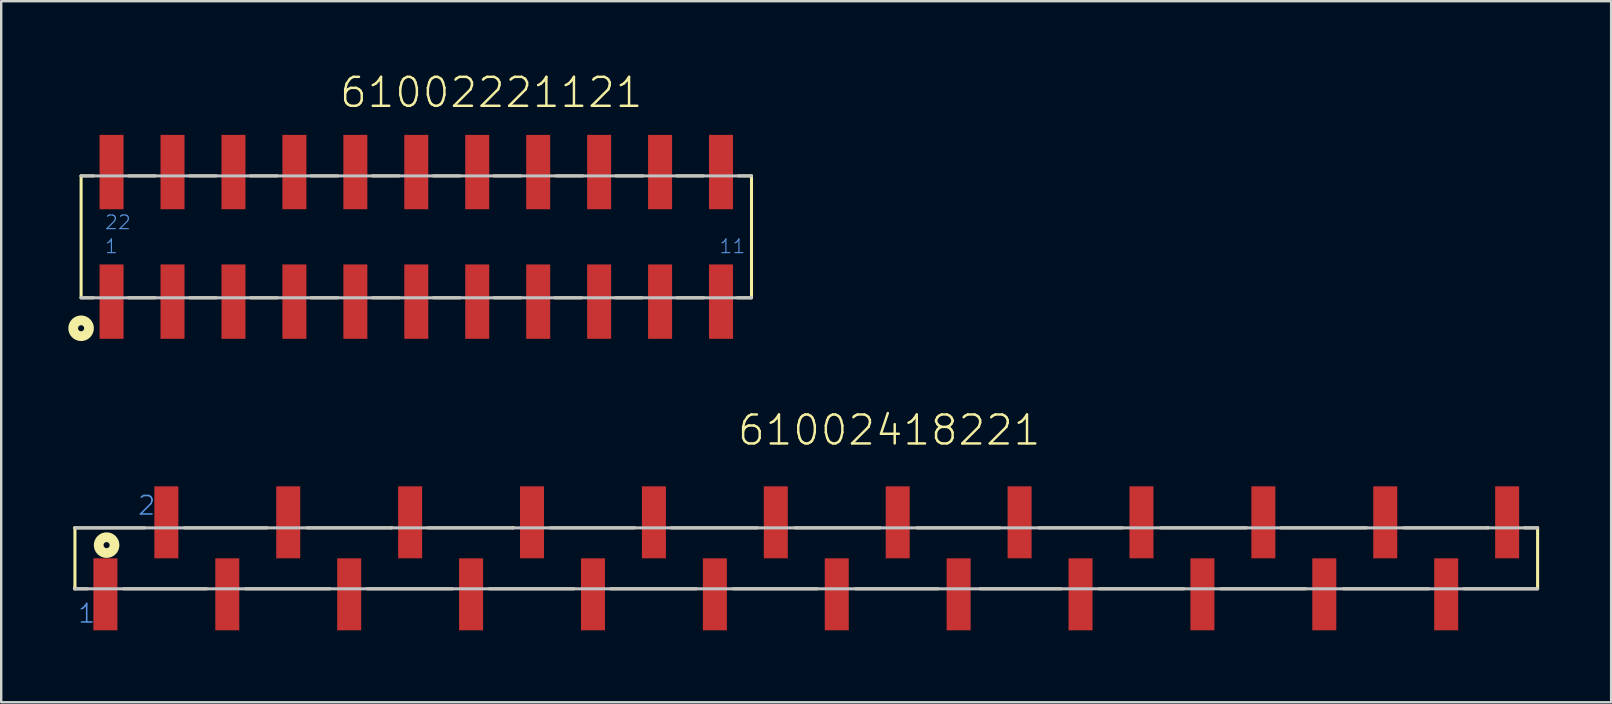
<source format=kicad_pcb>
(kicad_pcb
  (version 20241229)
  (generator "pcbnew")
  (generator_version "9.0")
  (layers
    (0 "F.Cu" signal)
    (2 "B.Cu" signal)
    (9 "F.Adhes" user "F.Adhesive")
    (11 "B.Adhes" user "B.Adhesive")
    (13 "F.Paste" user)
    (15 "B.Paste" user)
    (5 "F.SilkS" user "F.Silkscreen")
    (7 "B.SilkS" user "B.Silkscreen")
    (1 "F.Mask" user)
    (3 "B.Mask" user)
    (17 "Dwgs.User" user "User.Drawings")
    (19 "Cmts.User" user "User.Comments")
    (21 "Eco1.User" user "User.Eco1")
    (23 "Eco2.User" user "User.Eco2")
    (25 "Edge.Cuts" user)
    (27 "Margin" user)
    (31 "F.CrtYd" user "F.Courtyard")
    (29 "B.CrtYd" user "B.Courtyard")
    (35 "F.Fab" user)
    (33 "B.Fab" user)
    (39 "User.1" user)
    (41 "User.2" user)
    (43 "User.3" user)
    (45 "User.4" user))
  (footprint "61002221121"
    (layer "F.Cu")
    (at 14.3 6.821)
    (property "Reference" "61002221121" (at -3.26 -5.31 0) (layer "F.SilkS") (effects (font (size 1.206 1.206) (thickness 0.102)) (justify left bottom)))
    (attr through_hole)
    (fp_line (start -13.97 -2.54) (end -13.97 2.54) (stroke (width 0.127) (type solid)) (layer "F.SilkS"))
    (fp_line (start -13.47 2.54) (end -13.97 2.54) (stroke (width 0.127) (type solid)) (layer "F.SilkS"))
    (fp_line (start -13.45 -2.54) (end -13.97 -2.54) (stroke (width 0.127) (type solid)) (layer "F.SilkS"))
    (fp_line (start -12 2.54) (end -10.88 2.54) (stroke (width 0.127) (type solid)) (layer "F.SilkS"))
    (fp_line (start -11.99 -2.54) (end -10.87 -2.54) (stroke (width 0.127) (type solid)) (layer "F.SilkS"))
    (fp_line (start -9.46 -2.54) (end -8.34 -2.54) (stroke (width 0.127) (type solid)) (layer "F.SilkS"))
    (fp_line (start -9.45 2.54) (end -8.33 2.54) (stroke (width 0.127) (type solid)) (layer "F.SilkS"))
    (fp_line (start -6.92 -2.54) (end -5.8 -2.54) (stroke (width 0.127) (type solid)) (layer "F.SilkS"))
    (fp_line (start -6.91 2.54) (end -5.79 2.54) (stroke (width 0.127) (type solid)) (layer "F.SilkS"))
    (fp_line (start -4.39 -2.54) (end -3.27 -2.54) (stroke (width 0.127) (type solid)) (layer "F.SilkS"))
    (fp_line (start -4.39 2.54) (end -3.27 2.54) (stroke (width 0.127) (type solid)) (layer "F.SilkS"))
    (fp_line (start -1.83 -2.54) (end -0.71 -2.54) (stroke (width 0.127) (type solid)) (layer "F.SilkS"))
    (fp_line (start -1.83 2.54) (end -0.71 2.54) (stroke (width 0.127) (type solid)) (layer "F.SilkS"))
    (fp_line (start 0.71 -2.54) (end 1.83 -2.54) (stroke (width 0.127) (type solid)) (layer "F.SilkS"))
    (fp_line (start 0.71 2.54) (end 1.83 2.54) (stroke (width 0.127) (type solid)) (layer "F.SilkS"))
    (fp_line (start 3.24 -2.54) (end 4.36 -2.54) (stroke (width 0.127) (type solid)) (layer "F.SilkS"))
    (fp_line (start 3.24 2.54) (end 4.36 2.54) (stroke (width 0.127) (type solid)) (layer "F.SilkS"))
    (fp_line (start 5.78 2.54) (end 6.9 2.54) (stroke (width 0.127) (type solid)) (layer "F.SilkS"))
    (fp_line (start 5.82 -2.54) (end 6.94 -2.54) (stroke (width 0.127) (type solid)) (layer "F.SilkS"))
    (fp_line (start 8.3 2.54) (end 9.42 2.54) (stroke (width 0.127) (type solid)) (layer "F.SilkS"))
    (fp_line (start 8.32 -2.54) (end 9.44 -2.54) (stroke (width 0.127) (type solid)) (layer "F.SilkS"))
    (fp_line (start 10.85 -2.54) (end 11.97 -2.54) (stroke (width 0.127) (type solid)) (layer "F.SilkS"))
    (fp_line (start 10.86 2.54) (end 11.98 2.54) (stroke (width 0.127) (type solid)) (layer "F.SilkS"))
    (fp_line (start 13.38 2.54) (end 13.97 2.54) (stroke (width 0.127) (type solid)) (layer "F.SilkS"))
    (fp_line (start 13.42 -2.54) (end 13.97 -2.54) (stroke (width 0.127) (type solid)) (layer "F.SilkS"))
    (fp_line (start 13.97 -2.54) (end 13.97 2.54) (stroke (width 0.127) (type solid)) (layer "F.SilkS"))
    (fp_circle (center -13.97 3.81) (end -13.843 3.81) (stroke (width 0.406) (type solid)) (fill no) (layer "F.SilkS"))
    (fp_line (start -13.97 2.54) (end 13.97 2.54) (stroke (width 0.127) (type solid)) (layer "Dwgs.User"))
    (fp_line (start 13.97 -2.54) (end -13.97 -2.54) (stroke (width 0.127) (type solid)) (layer "Dwgs.User"))
    (fp_text user "11" (at 12.6 0.73 0) (layer "Cmts.User") (effects (font (size 0.57 0.57) (thickness 0.048)) (justify left bottom)))
    (fp_text user "22" (at -13.01 -0.27 0) (layer "Cmts.User") (effects (font (size 0.57 0.57) (thickness 0.048)) (justify left bottom)))
    (fp_text user "1" (at -13.01 0.73 0) (layer "Cmts.User") (effects (font (size 0.57 0.57) (thickness 0.048)) (justify left bottom)))
    (pad "1" smd rect (at -12.7 2.7 90) (size 3.1 1) (layers "F.Cu" "F.Mask" "F.Paste"))
    (pad "2" smd rect (at -10.16 2.7 90) (size 3.1 1) (layers "F.Cu" "F.Mask" "F.Paste"))
    (pad "3" smd rect (at -7.62 2.7 90) (size 3.1 1) (layers "F.Cu" "F.Mask" "F.Paste"))
    (pad "4" smd rect (at -5.08 2.7 90) (size 3.1 1) (layers "F.Cu" "F.Mask" "F.Paste"))
    (pad "5" smd rect (at -2.54 2.7 90) (size 3.1 1) (layers "F.Cu" "F.Mask" "F.Paste"))
    (pad "6" smd rect (at 0 2.7 90) (size 3.1 1) (layers "F.Cu" "F.Mask" "F.Paste"))
    (pad "7" smd rect (at 2.54 2.7 90) (size 3.1 1) (layers "F.Cu" "F.Mask" "F.Paste"))
    (pad "8" smd rect (at 5.08 2.7 90) (size 3.1 1) (layers "F.Cu" "F.Mask" "F.Paste"))
    (pad "9" smd rect (at 7.62 2.7 90) (size 3.1 1) (layers "F.Cu" "F.Mask" "F.Paste"))
    (pad "10" smd rect (at 10.16 2.7 90) (size 3.1 1) (layers "F.Cu" "F.Mask" "F.Paste"))
    (pad "11" smd rect (at 12.7 2.7 90) (size 3.1 1) (layers "F.Cu" "F.Mask" "F.Paste"))
    (pad "12" smd rect (at 12.7 -2.7 90) (size 3.1 1) (layers "F.Cu" "F.Mask" "F.Paste"))
    (pad "13" smd rect (at 10.16 -2.7 90) (size 3.1 1) (layers "F.Cu" "F.Mask" "F.Paste"))
    (pad "14" smd rect (at 7.62 -2.7 90) (size 3.1 1) (layers "F.Cu" "F.Mask" "F.Paste"))
    (pad "15" smd rect (at 5.08 -2.7 90) (size 3.1 1) (layers "F.Cu" "F.Mask" "F.Paste"))
    (pad "16" smd rect (at 2.54 -2.7 90) (size 3.1 1) (layers "F.Cu" "F.Mask" "F.Paste"))
    (pad "17" smd rect (at 0 -2.7 90) (size 3.1 1) (layers "F.Cu" "F.Mask" "F.Paste"))
    (pad "18" smd rect (at -2.54 -2.7 90) (size 3.1 1) (layers "F.Cu" "F.Mask" "F.Paste"))
    (pad "19" smd rect (at -5.08 -2.7 90) (size 3.1 1) (layers "F.Cu" "F.Mask" "F.Paste"))
    (pad "20" smd rect (at -7.62 -2.7 90) (size 3.1 1) (layers "F.Cu" "F.Mask" "F.Paste"))
    (pad "21" smd rect (at -10.16 -2.7 90) (size 3.1 1) (layers "F.Cu" "F.Mask" "F.Paste"))
    (pad "22" smd rect (at -12.7 -2.7 90) (size 3.1 1) (layers "F.Cu" "F.Mask" "F.Paste")))
  (footprint "61002418221"
    (layer "F.Cu")
    (at 30.553 20.219)
    (property "Reference" "61002418221" (at -2.928 -4.636 0) (layer "F.SilkS") (effects (font (size 1.206 1.206) (thickness 0.102)) (justify left bottom)))
    (attr through_hole)
    (fp_line (start -30.49 -1.27) (end -30.49 -1.26) (stroke (width 0.127) (type solid)) (layer "F.SilkS"))
    (fp_line (start -30.49 1.27) (end -30.49 1.23) (stroke (width 0.127) (type solid)) (layer "F.SilkS"))
    (fp_line (start -30.48 -1.27) (end -30.48 1.27) (stroke (width 0.127) (type solid)) (layer "F.SilkS"))
    (fp_line (start -29.96 1.27) (end -30.49 1.27) (stroke (width 0.127) (type solid)) (layer "F.SilkS"))
    (fp_line (start -28.45 1.27) (end -24.99 1.27) (stroke (width 0.127) (type solid)) (layer "F.SilkS"))
    (fp_line (start -27.57 -1.27) (end -30.49 -1.27) (stroke (width 0.127) (type solid)) (layer "F.SilkS"))
    (fp_line (start -25.92 -1.27) (end -22.48 -1.27) (stroke (width 0.127) (type solid)) (layer "F.SilkS"))
    (fp_line (start -23.37 1.27) (end -19.85 1.27) (stroke (width 0.127) (type solid)) (layer "F.SilkS"))
    (fp_line (start -20.81 -1.27) (end -17.28 -1.27) (stroke (width 0.127) (type solid)) (layer "F.SilkS"))
    (fp_line (start -18.3 1.27) (end -14.75 1.27) (stroke (width 0.127) (type solid)) (layer "F.SilkS"))
    (fp_line (start -17.28 -1.27) (end -17.28 -1.28) (stroke (width 0.127) (type solid)) (layer "F.SilkS"))
    (fp_line (start -15.77 -1.27) (end -12.21 -1.27) (stroke (width 0.127) (type solid)) (layer "F.SilkS"))
    (fp_line (start -13.21 1.27) (end -9.68 1.27) (stroke (width 0.127) (type solid)) (layer "F.SilkS"))
    (fp_line (start -12.21 -1.27) (end -12.21 -1.28) (stroke (width 0.127) (type solid)) (layer "F.SilkS"))
    (fp_line (start -10.68 -1.27) (end -7.15 -1.27) (stroke (width 0.127) (type solid)) (layer "F.SilkS"))
    (fp_line (start -8.16 1.27) (end -4.58 1.27) (stroke (width 0.127) (type solid)) (layer "F.SilkS"))
    (fp_line (start -5.63 -1.27) (end -2.04 -1.27) (stroke (width 0.127) (type solid)) (layer "F.SilkS"))
    (fp_line (start -3.04 1.27) (end 0.46 1.27) (stroke (width 0.127) (type solid)) (layer "F.SilkS"))
    (fp_line (start -0.47 -1.27) (end 3.08 -1.27) (stroke (width 0.127) (type solid)) (layer "F.SilkS"))
    (fp_line (start 2.05 1.27) (end 5.5 1.27) (stroke (width 0.127) (type solid)) (layer "F.SilkS"))
    (fp_line (start 4.62 -1.27) (end 8.07 -1.27) (stroke (width 0.127) (type solid)) (layer "F.SilkS"))
    (fp_line (start 7.24 1.27) (end 10.63 1.27) (stroke (width 0.127) (type solid)) (layer "F.SilkS"))
    (fp_line (start 9.69 -1.27) (end 13.18 -1.27) (stroke (width 0.127) (type solid)) (layer "F.SilkS"))
    (fp_line (start 12.2 1.27) (end 15.74 1.27) (stroke (width 0.127) (type solid)) (layer "F.SilkS"))
    (fp_line (start 14.76 -1.27) (end 18.35 -1.27) (stroke (width 0.127) (type solid)) (layer "F.SilkS"))
    (fp_line (start 17.27 1.27) (end 20.81 1.27) (stroke (width 0.127) (type solid)) (layer "F.SilkS"))
    (fp_line (start 19.78 -1.27) (end 23.35 -1.27) (stroke (width 0.127) (type solid)) (layer "F.SilkS"))
    (fp_line (start 22.38 1.27) (end 25.94 1.27) (stroke (width 0.127) (type solid)) (layer "F.SilkS"))
    (fp_line (start 24.9 -1.27) (end 28.41 -1.27) (stroke (width 0.127) (type solid)) (layer "F.SilkS"))
    (fp_line (start 27.41 1.27) (end 30.48 1.27) (stroke (width 0.127) (type solid)) (layer "F.SilkS"))
    (fp_line (start 28.41 -1.27) (end 28.41 -1.28) (stroke (width 0.127) (type solid)) (layer "F.SilkS"))
    (fp_line (start 29.93 -1.27) (end 30.48 -1.27) (stroke (width 0.127) (type solid)) (layer "F.SilkS"))
    (fp_line (start 30.48 1.27) (end 30.48 -1.27) (stroke (width 0.127) (type solid)) (layer "F.SilkS"))
    (fp_circle (center -29.16 -0.55) (end -29.033 -0.55) (stroke (width 0.406) (type solid)) (fill no) (layer "F.SilkS"))
    (fp_line (start -30.48 1.27) (end 30.48 1.27) (stroke (width 0.127) (type solid)) (layer "Dwgs.User"))
    (fp_line (start 30.48 -1.27) (end -30.48 -1.27) (stroke (width 0.127) (type solid)) (layer "Dwgs.User"))
    (fp_text user "2" (at -27.9 -1.75 0) (layer "Cmts.User") (effects (font (size 0.772 0.772) (thickness 0.065)) (justify left bottom)))
    (fp_text user "1" (at -30.4 2.75 0) (layer "Cmts.User") (effects (font (size 0.772 0.772) (thickness 0.065)) (justify left bottom)))
    (pad "1" smd rect (at -29.21 1.5) (size 1 3) (layers "F.Cu" "F.Mask" "F.Paste"))
    (pad "2" smd rect (at -26.67 -1.5) (size 1 3) (layers "F.Cu" "F.Mask" "F.Paste"))
    (pad "3" smd rect (at -24.13 1.5) (size 1 3) (layers "F.Cu" "F.Mask" "F.Paste"))
    (pad "4" smd rect (at -21.59 -1.5) (size 1 3) (layers "F.Cu" "F.Mask" "F.Paste"))
    (pad "5" smd rect (at -19.05 1.5) (size 1 3) (layers "F.Cu" "F.Mask" "F.Paste"))
    (pad "6" smd rect (at -16.51 -1.5) (size 1 3) (layers "F.Cu" "F.Mask" "F.Paste"))
    (pad "7" smd rect (at -13.97 1.5) (size 1 3) (layers "F.Cu" "F.Mask" "F.Paste"))
    (pad "8" smd rect (at -11.43 -1.5) (size 1 3) (layers "F.Cu" "F.Mask" "F.Paste"))
    (pad "9" smd rect (at -8.89 1.5) (size 1 3) (layers "F.Cu" "F.Mask" "F.Paste"))
    (pad "10" smd rect (at -6.35 -1.5) (size 1 3) (layers "F.Cu" "F.Mask" "F.Paste"))
    (pad "11" smd rect (at -3.81 1.5) (size 1 3) (layers "F.Cu" "F.Mask" "F.Paste"))
    (pad "12" smd rect (at -1.27 -1.5) (size 1 3) (layers "F.Cu" "F.Mask" "F.Paste"))
    (pad "13" smd rect (at 1.27 1.5) (size 1 3) (layers "F.Cu" "F.Mask" "F.Paste"))
    (pad "14" smd rect (at 3.81 -1.5) (size 1 3) (layers "F.Cu" "F.Mask" "F.Paste"))
    (pad "15" smd rect (at 6.35 1.5) (size 1 3) (layers "F.Cu" "F.Mask" "F.Paste"))
    (pad "16" smd rect (at 8.89 -1.5) (size 1 3) (layers "F.Cu" "F.Mask" "F.Paste"))
    (pad "17" smd rect (at 11.43 1.5 180) (size 1 3) (layers "F.Cu" "F.Mask" "F.Paste"))
    (pad "18" smd rect (at 13.97 -1.5 180) (size 1 3) (layers "F.Cu" "F.Mask" "F.Paste"))
    (pad "19" smd rect (at 16.51 1.5 180) (size 1 3) (layers "F.Cu" "F.Mask" "F.Paste"))
    (pad "20" smd rect (at 19.05 -1.5 180) (size 1 3) (layers "F.Cu" "F.Mask" "F.Paste"))
    (pad "21" smd rect (at 21.59 1.5 180) (size 1 3) (layers "F.Cu" "F.Mask" "F.Paste"))
    (pad "22" smd rect (at 24.13 -1.5 180) (size 1 3) (layers "F.Cu" "F.Mask" "F.Paste"))
    (pad "23" smd rect (at 26.67 1.5 180) (size 1 3) (layers "F.Cu" "F.Mask" "F.Paste"))
    (pad "24" smd rect (at 29.21 -1.5 180) (size 1 3) (layers "F.Cu" "F.Mask" "F.Paste")))
  (gr_rect
    (start -3 -3)
    (end 64.097 26.219)
    (stroke (width 0.1) (type default))
    (fill no)
    (layer "Edge.Cuts")))
</source>
